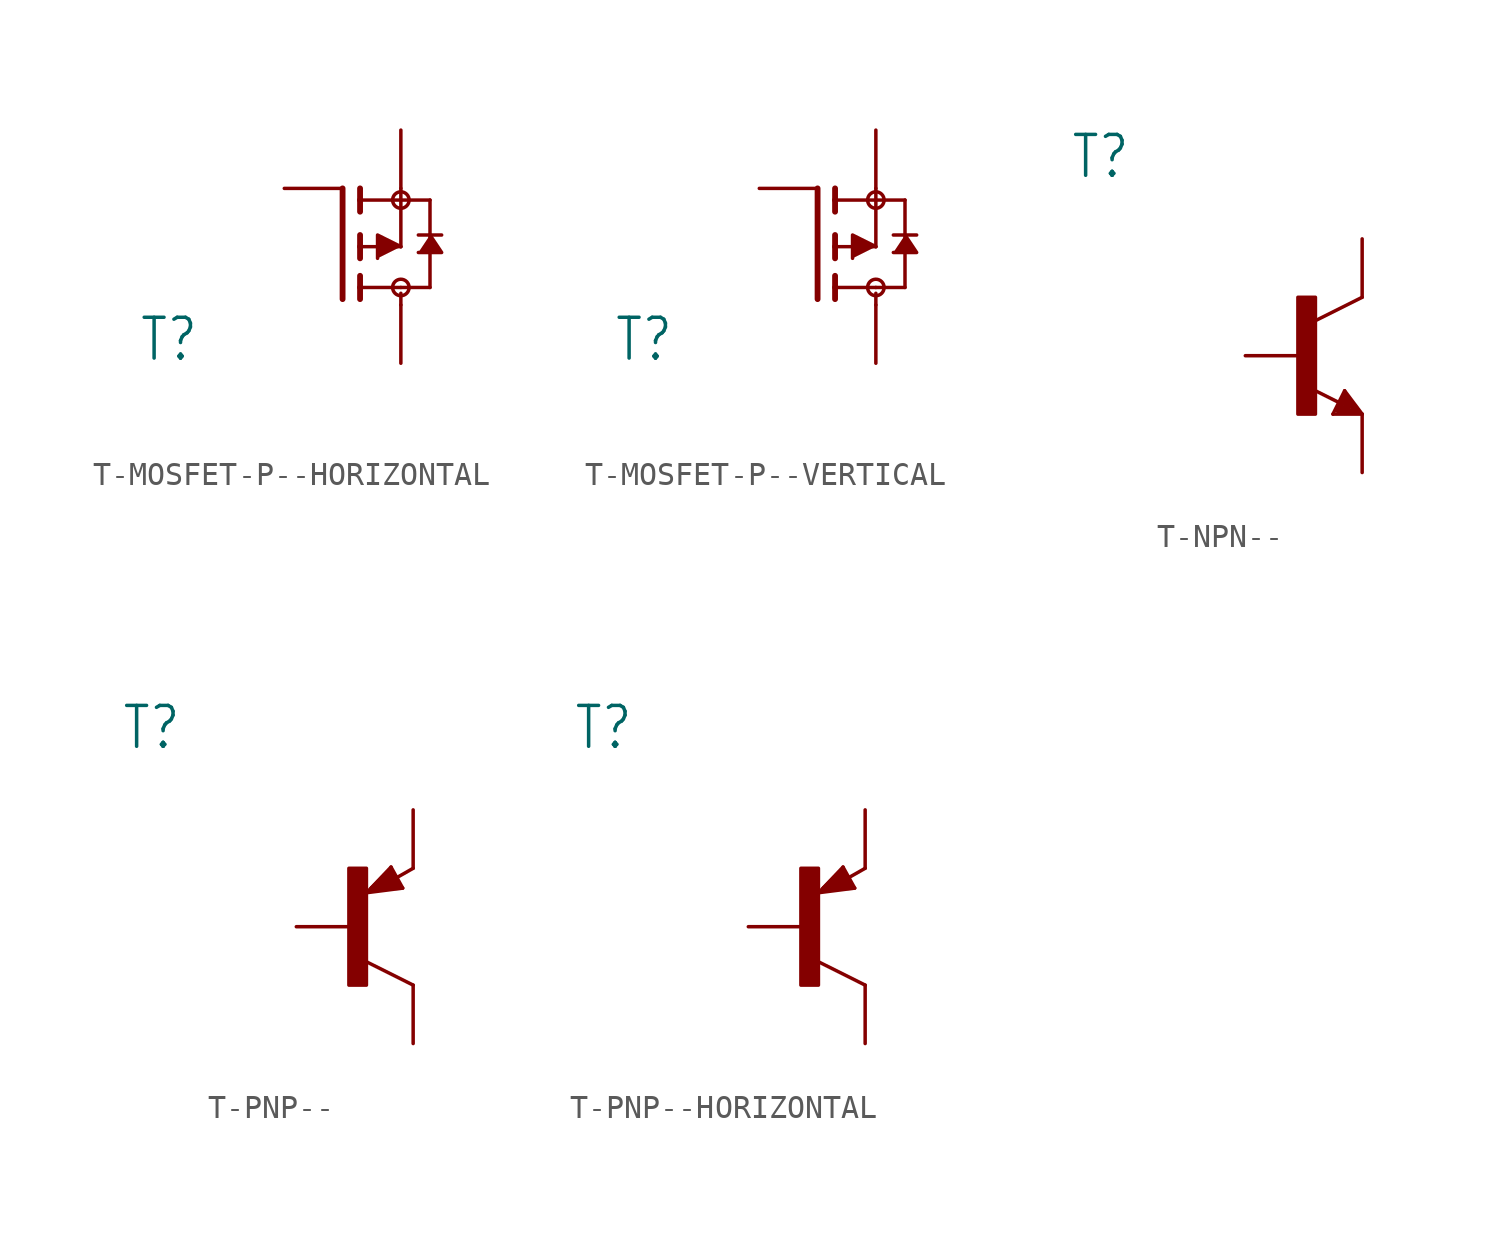
<source format=kicad_sym>
(kicad_symbol_lib
  (version 20231120)
  (generator "kicad_symbol_editor")
  (generator_version "8.0")
  (symbol "T-MOSFET-P--HORIZONTAL"
    (property "Reference" "T"
      (at -11.43 -5.08 0)
      (effects (font (size 1.778 1.511)) (justify left bottom)))
    (property "Value" ""
      (at -11.43 -7.62 0)
      (effects (font (size 1.778 1.511)) (justify left bottom)))
    (property "ki_locked" ""
      (at 0 0 0)
      (effects (font (size 1.27 1.27))))
    (symbol "T-MOSFET-P--HORIZONTAL_1_0"
      (circle (center 0 -1.778) (radius 0.359) (stroke (width 0) (type solid)) (fill (type none)))
      (polyline (pts (xy -2.54 -2.286) (xy -2.54 2.54)) (stroke (width 0.254) (type solid)) (fill (type none)))
      (polyline (pts (xy -1.778 -2.286) (xy -1.778 -1.778)) (stroke (width 0.254) (type solid)) (fill (type none)))
      (polyline (pts (xy -1.778 -1.778) (xy -1.778 -1.27)) (stroke (width 0.254) (type solid)) (fill (type none)))
      (polyline (pts (xy -1.778 -1.778) (xy 0 -1.778)) (stroke (width 0.152) (type solid)) (fill (type none)))
      (polyline (pts (xy -1.778 -0.508) (xy -1.778 0)) (stroke (width 0.254) (type solid)) (fill (type none)))
      (polyline (pts (xy -1.778 0) (xy -1.778 0.508)) (stroke (width 0.254) (type solid)) (fill (type none)))
      (polyline (pts (xy -1.778 0) (xy 0 0)) (stroke (width 0.152) (type solid)) (fill (type none)))
      (polyline (pts (xy -1.778 1.524) (xy -1.778 2.032)) (stroke (width 0.254) (type solid)) (fill (type none)))
      (polyline (pts (xy -1.778 2.032) (xy -1.778 2.54)) (stroke (width 0.254) (type solid)) (fill (type none)))
      (polyline (pts (xy 0 -2.54) (xy 0 -2.032)) (stroke (width 0.152) (type solid)) (fill (type none)))
      (polyline (pts (xy 0 -1.778) (xy 1.27 -1.778)) (stroke (width 0.152) (type solid)) (fill (type none)))
      (polyline (pts (xy 0 0) (xy 0 2.032)) (stroke (width 0.152) (type solid)) (fill (type none)))
      (polyline (pts (xy 0 2.032) (xy -1.778 2.032)) (stroke (width 0.152) (type solid)) (fill (type none)))
      (polyline (pts (xy 0 2.032) (xy 1.27 2.032)) (stroke (width 0.152) (type solid)) (fill (type none)))
      (polyline (pts (xy 0 2.54) (xy 0 2.032)) (stroke (width 0.152) (type solid)) (fill (type none)))
      (polyline (pts (xy 0.762 0.508) (xy 1.27 0.508)) (stroke (width 0.152) (type solid)) (fill (type none)))
      (polyline (pts (xy 1.27 -1.778) (xy 1.27 0.508)) (stroke (width 0.152) (type solid)) (fill (type none)))
      (polyline (pts (xy 1.27 0.508) (xy 1.27 2.032)) (stroke (width 0.152) (type solid)) (fill (type none)))
      (polyline (pts (xy 1.27 0.508) (xy 1.778 0.508)) (stroke (width 0.152) (type solid)) (fill (type none)))
      (polyline (pts (xy 0 0) (xy -1.016 0.508) (xy -1.016 -0.508)) (stroke (width 0.152) (type solid)) (fill (type outline)))
      (polyline (pts (xy 1.27 0.508) (xy 1.778 -0.254) (xy 0.762 -0.254)) (stroke (width 0.152) (type solid)) (fill (type outline)))
      (circle (center 0 2.032) (radius 0.359) (stroke (width 0) (type solid)) (fill (type none)))
      (pin passive line (at -5.08 2.54 0) (length 2.54) (name "G" (effects (font (size 0 0)))) (number "1" (effects (font (size 0 0)))))
      (pin passive line (at 0 -5.08 90) (length 2.54) (name "D" (effects (font (size 0 0)))) (number "2" (effects (font (size 0 0)))))
      (pin passive line (at 0 5.08 270) (length 2.54) (name "S" (effects (font (size 0 0)))) (number "3" (effects (font (size 0 0)))))))
  (symbol "T-MOSFET-P--VERTICAL"
    (property "Reference" "T"
      (at -11.43 -5.08 0)
      (effects (font (size 1.778 1.511)) (justify left bottom)))
    (property "Value" ""
      (at -11.43 -7.62 0)
      (effects (font (size 1.778 1.511)) (justify left bottom)))
    (property "ki_locked" ""
      (at 0 0 0)
      (effects (font (size 1.27 1.27))))
    (symbol "T-MOSFET-P--VERTICAL_1_0"
      (circle (center 0 -1.778) (radius 0.359) (stroke (width 0) (type solid)) (fill (type none)))
      (polyline (pts (xy -2.54 -2.286) (xy -2.54 2.54)) (stroke (width 0.254) (type solid)) (fill (type none)))
      (polyline (pts (xy -1.778 -2.286) (xy -1.778 -1.778)) (stroke (width 0.254) (type solid)) (fill (type none)))
      (polyline (pts (xy -1.778 -1.778) (xy -1.778 -1.27)) (stroke (width 0.254) (type solid)) (fill (type none)))
      (polyline (pts (xy -1.778 -1.778) (xy 0 -1.778)) (stroke (width 0.152) (type solid)) (fill (type none)))
      (polyline (pts (xy -1.778 -0.508) (xy -1.778 0)) (stroke (width 0.254) (type solid)) (fill (type none)))
      (polyline (pts (xy -1.778 0) (xy -1.778 0.508)) (stroke (width 0.254) (type solid)) (fill (type none)))
      (polyline (pts (xy -1.778 0) (xy 0 0)) (stroke (width 0.152) (type solid)) (fill (type none)))
      (polyline (pts (xy -1.778 1.524) (xy -1.778 2.032)) (stroke (width 0.254) (type solid)) (fill (type none)))
      (polyline (pts (xy -1.778 2.032) (xy -1.778 2.54)) (stroke (width 0.254) (type solid)) (fill (type none)))
      (polyline (pts (xy 0 -2.54) (xy 0 -2.032)) (stroke (width 0.152) (type solid)) (fill (type none)))
      (polyline (pts (xy 0 -1.778) (xy 1.27 -1.778)) (stroke (width 0.152) (type solid)) (fill (type none)))
      (polyline (pts (xy 0 0) (xy 0 2.032)) (stroke (width 0.152) (type solid)) (fill (type none)))
      (polyline (pts (xy 0 2.032) (xy -1.778 2.032)) (stroke (width 0.152) (type solid)) (fill (type none)))
      (polyline (pts (xy 0 2.032) (xy 1.27 2.032)) (stroke (width 0.152) (type solid)) (fill (type none)))
      (polyline (pts (xy 0 2.54) (xy 0 2.032)) (stroke (width 0.152) (type solid)) (fill (type none)))
      (polyline (pts (xy 0.762 0.508) (xy 1.27 0.508)) (stroke (width 0.152) (type solid)) (fill (type none)))
      (polyline (pts (xy 1.27 -1.778) (xy 1.27 0.508)) (stroke (width 0.152) (type solid)) (fill (type none)))
      (polyline (pts (xy 1.27 0.508) (xy 1.27 2.032)) (stroke (width 0.152) (type solid)) (fill (type none)))
      (polyline (pts (xy 1.27 0.508) (xy 1.778 0.508)) (stroke (width 0.152) (type solid)) (fill (type none)))
      (polyline (pts (xy 0 0) (xy -1.016 0.508) (xy -1.016 -0.508)) (stroke (width 0.152) (type solid)) (fill (type outline)))
      (polyline (pts (xy 1.27 0.508) (xy 1.778 -0.254) (xy 0.762 -0.254)) (stroke (width 0.152) (type solid)) (fill (type outline)))
      (circle (center 0 2.032) (radius 0.359) (stroke (width 0) (type solid)) (fill (type none)))
      (pin passive line (at -5.08 2.54 0) (length 2.54) (name "G" (effects (font (size 0 0)))) (number "1" (effects (font (size 0 0)))))
      (pin passive line (at 0 -5.08 90) (length 2.54) (name "D" (effects (font (size 0 0)))) (number "2" (effects (font (size 0 0)))))
      (pin passive line (at 0 5.08 270) (length 2.54) (name "S" (effects (font (size 0 0)))) (number "3" (effects (font (size 0 0)))))))
  (symbol "T-NPN--"
    (property "Reference" "T"
      (at -10.16 7.62 0)
      (effects (font (size 1.778 1.511)) (justify left bottom)))
    (property "Value" ""
      (at -10.16 5.08 0)
      (effects (font (size 1.778 1.511)) (justify left bottom)))
    (property "ki_locked" ""
      (at 0 0 0)
      (effects (font (size 1.27 1.27))))
    (symbol "T-NPN--_1_0"
      (rectangle (start -0.254 -2.54) (end 0.508 2.54) (stroke (width 0) (type default)) (fill (type outline)))
      (polyline (pts (xy 1.27 -2.54) (xy 1.778 -1.524)) (stroke (width 0.152) (type solid)) (fill (type none)))
      (polyline (pts (xy 1.524 -2.413) (xy 2.286 -2.413)) (stroke (width 0.254) (type solid)) (fill (type none)))
      (polyline (pts (xy 1.524 -2.286) (xy 1.905 -2.286)) (stroke (width 0.254) (type solid)) (fill (type none)))
      (polyline (pts (xy 1.54 -2.04) (xy 0.308 -1.424)) (stroke (width 0.152) (type solid)) (fill (type none)))
      (polyline (pts (xy 1.778 -1.778) (xy 1.524 -2.286)) (stroke (width 0.254) (type solid)) (fill (type none)))
      (polyline (pts (xy 1.778 -1.524) (xy 2.54 -2.54)) (stroke (width 0.152) (type solid)) (fill (type none)))
      (polyline (pts (xy 1.905 -2.286) (xy 1.778 -2.032)) (stroke (width 0.254) (type solid)) (fill (type none)))
      (polyline (pts (xy 2.286 -2.413) (xy 1.778 -1.778)) (stroke (width 0.254) (type solid)) (fill (type none)))
      (polyline (pts (xy 2.54 -2.54) (xy 1.27 -2.54)) (stroke (width 0.152) (type solid)) (fill (type none)))
      (polyline (pts (xy 2.54 2.54) (xy 0.508 1.524)) (stroke (width 0.152) (type solid)) (fill (type none)))
      (pin passive line (at 2.54 5.08 270) (length 2.54) (name "C" (effects (font (size 0 0)))) (number "1" (effects (font (size 0 0)))))
      (pin passive line (at -2.54 0 0) (length 2.54) (name "B" (effects (font (size 0 0)))) (number "2" (effects (font (size 0 0)))))
      (pin passive line (at 2.54 -5.08 90) (length 2.54) (name "E" (effects (font (size 0 0)))) (number "3" (effects (font (size 0 0)))))))
  (symbol "T-PNP--"
    (property "Reference" "T"
      (at -10.16 7.62 0)
      (effects (font (size 1.778 1.511)) (justify left bottom)))
    (property "Value" ""
      (at -10.16 5.08 0)
      (effects (font (size 1.778 1.511)) (justify left bottom)))
    (property "ki_locked" ""
      (at 0 0 0)
      (effects (font (size 1.27 1.27))))
    (symbol "T-PNP--_1_0"
      (rectangle (start -0.254 -2.54) (end 0.508 2.54) (stroke (width 0) (type default)) (fill (type outline)))
      (polyline (pts (xy 0.516 1.478) (xy 2.086 1.678)) (stroke (width 0.152) (type solid)) (fill (type none)))
      (polyline (pts (xy 0.762 1.651) (xy 1.778 1.778)) (stroke (width 0.254) (type solid)) (fill (type none)))
      (polyline (pts (xy 1.143 1.905) (xy 1.524 1.905)) (stroke (width 0.254) (type solid)) (fill (type none)))
      (polyline (pts (xy 1.524 2.159) (xy 1.143 1.905)) (stroke (width 0.254) (type solid)) (fill (type none)))
      (polyline (pts (xy 1.524 2.413) (xy 0.762 1.651)) (stroke (width 0.254) (type solid)) (fill (type none)))
      (polyline (pts (xy 1.578 2.594) (xy 0.516 1.478)) (stroke (width 0.152) (type solid)) (fill (type none)))
      (polyline (pts (xy 1.778 1.778) (xy 1.524 2.159)) (stroke (width 0.254) (type solid)) (fill (type none)))
      (polyline (pts (xy 1.905 1.778) (xy 1.524 2.413)) (stroke (width 0.254) (type solid)) (fill (type none)))
      (polyline (pts (xy 2.086 1.678) (xy 1.578 2.594)) (stroke (width 0.152) (type solid)) (fill (type none)))
      (polyline (pts (xy 2.54 -2.54) (xy 0.508 -1.524)) (stroke (width 0.152) (type solid)) (fill (type none)))
      (polyline (pts (xy 2.54 2.54) (xy 1.808 2.124)) (stroke (width 0.152) (type solid)) (fill (type none)))
      (pin passive line (at 2.54 -5.08 90) (length 2.54) (name "C" (effects (font (size 0 0)))) (number "1" (effects (font (size 0 0)))))
      (pin passive line (at -2.54 0 0) (length 2.54) (name "B" (effects (font (size 0 0)))) (number "2" (effects (font (size 0 0)))))
      (pin passive line (at 2.54 5.08 270) (length 2.54) (name "E" (effects (font (size 0 0)))) (number "3" (effects (font (size 0 0)))))))
  (symbol "T-PNP--HORIZONTAL"
    (property "Reference" "T"
      (at -10.16 7.62 0)
      (effects (font (size 1.778 1.511)) (justify left bottom)))
    (property "Value" ""
      (at -10.16 5.08 0)
      (effects (font (size 1.778 1.511)) (justify left bottom)))
    (property "ki_locked" ""
      (at 0 0 0)
      (effects (font (size 1.27 1.27))))
    (symbol "T-PNP--HORIZONTAL_1_0"
      (rectangle (start -0.254 -2.54) (end 0.508 2.54) (stroke (width 0) (type default)) (fill (type outline)))
      (polyline (pts (xy 0.516 1.478) (xy 2.086 1.678)) (stroke (width 0.152) (type solid)) (fill (type none)))
      (polyline (pts (xy 0.762 1.651) (xy 1.778 1.778)) (stroke (width 0.254) (type solid)) (fill (type none)))
      (polyline (pts (xy 1.143 1.905) (xy 1.524 1.905)) (stroke (width 0.254) (type solid)) (fill (type none)))
      (polyline (pts (xy 1.524 2.159) (xy 1.143 1.905)) (stroke (width 0.254) (type solid)) (fill (type none)))
      (polyline (pts (xy 1.524 2.413) (xy 0.762 1.651)) (stroke (width 0.254) (type solid)) (fill (type none)))
      (polyline (pts (xy 1.578 2.594) (xy 0.516 1.478)) (stroke (width 0.152) (type solid)) (fill (type none)))
      (polyline (pts (xy 1.778 1.778) (xy 1.524 2.159)) (stroke (width 0.254) (type solid)) (fill (type none)))
      (polyline (pts (xy 1.905 1.778) (xy 1.524 2.413)) (stroke (width 0.254) (type solid)) (fill (type none)))
      (polyline (pts (xy 2.086 1.678) (xy 1.578 2.594)) (stroke (width 0.152) (type solid)) (fill (type none)))
      (polyline (pts (xy 2.54 -2.54) (xy 0.508 -1.524)) (stroke (width 0.152) (type solid)) (fill (type none)))
      (polyline (pts (xy 2.54 2.54) (xy 1.808 2.124)) (stroke (width 0.152) (type solid)) (fill (type none)))
      (pin passive line (at -2.54 0 0) (length 2.54) (name "B" (effects (font (size 0 0)))) (number "1" (effects (font (size 0 0)))))
      (pin passive line (at 2.54 -5.08 90) (length 2.54) (name "C" (effects (font (size 0 0)))) (number "2" (effects (font (size 0 0)))))
      (pin passive line (at 2.54 5.08 270) (length 2.54) (name "E" (effects (font (size 0 0)))) (number "3" (effects (font (size 0 0))))))))
</source>
